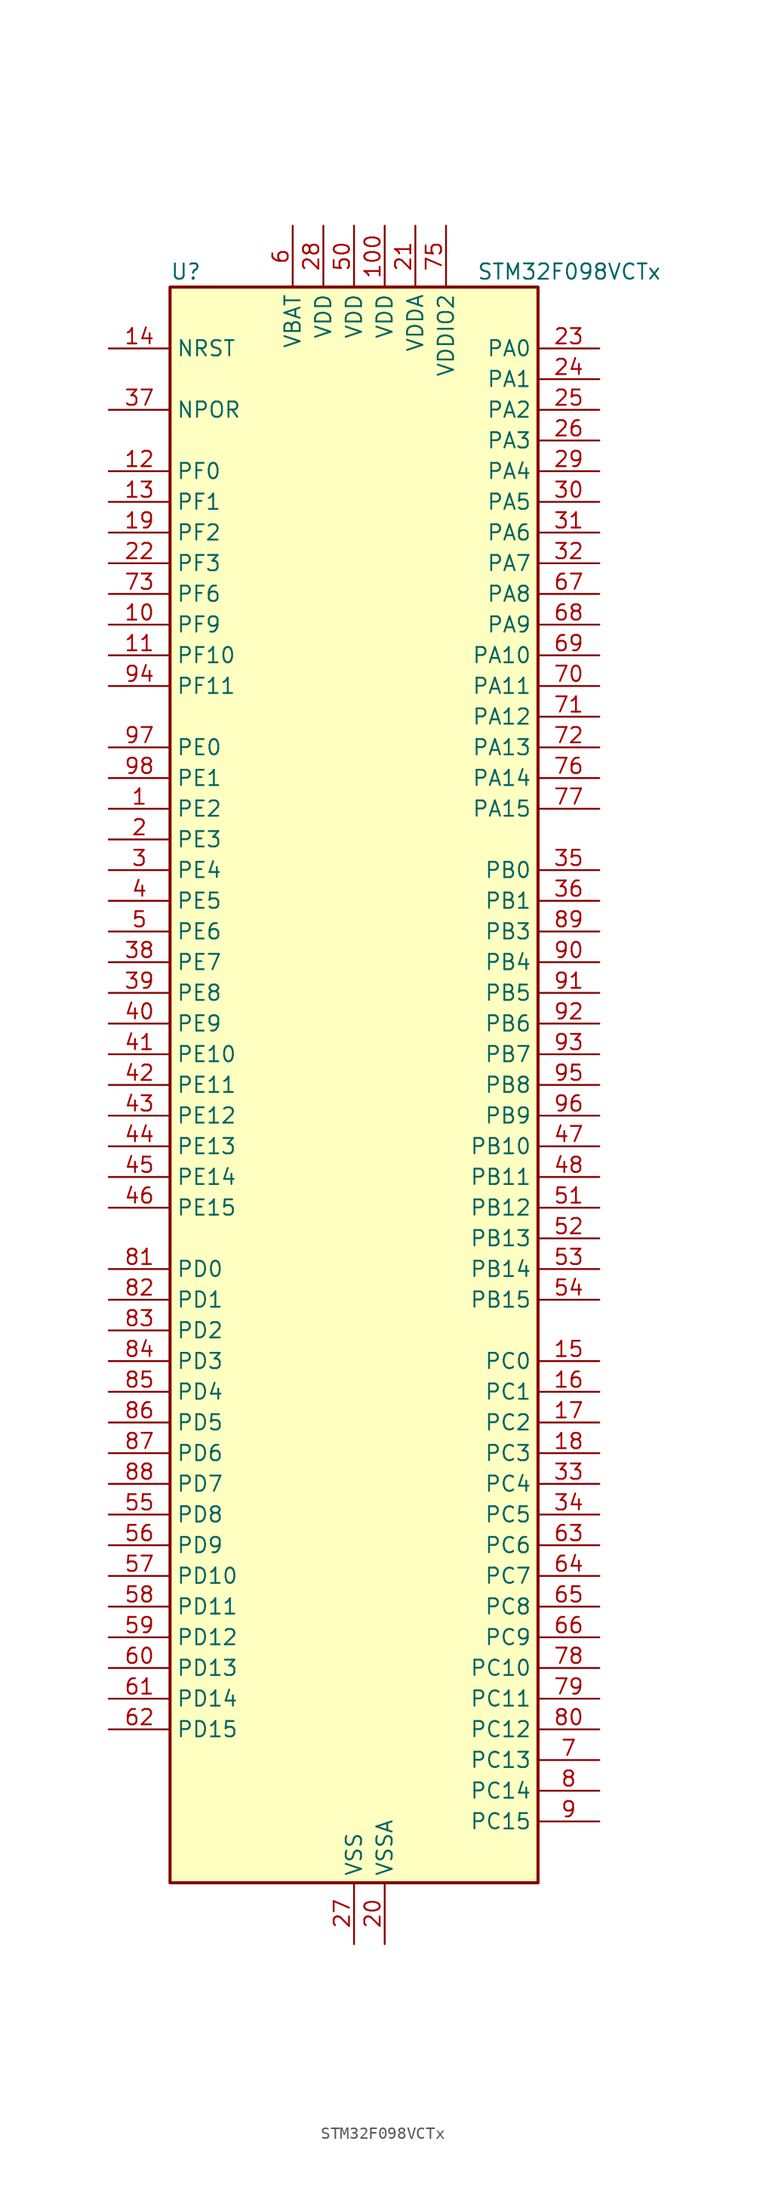
<source format=kicad_sym>
(kicad_symbol_lib
  (version 20241209)
  (generator "kicad_symbol_editor")
  (generator_version "9.0")
  (symbol "STM32F098VCTx"
    (property "Reference" "U"
      (at -15.24 67.31 0)
      (effects (font (size 1.27 1.27)) (justify left)))
    (property "Value" "STM32F098VCTx"
      (at 10.16 67.31 0)
      (effects (font (size 1.27 1.27)) (justify left)))
    (symbol "STM32F098VCTx_0_1"
      (rectangle (start -15.24 -66.04) (end 15.24 66.04) (stroke (width 0.254) (type default)) (fill (type background))))
    (symbol "STM32F098VCTx_1_1"
      (pin input line (at -20.32 60.96 0) (length 5.08) (name "NRST" (effects (font (size 1.27 1.27)))) (number "14" (effects (font (size 1.27 1.27)))))
      (pin input line (at -20.32 55.88 0) (length 5.08) (name "NPOR" (effects (font (size 1.27 1.27)))) (number "37" (effects (font (size 1.27 1.27)))))
      (pin bidirectional line (at -20.32 50.8 0) (length 5.08) (name "PF0" (effects (font (size 1.27 1.27)))) (number "12" (effects (font (size 1.27 1.27)))) (alternate "CRS_SYNC" bidirectional line) (alternate "I2C1_SDA" bidirectional line) (alternate "RCC_OSC_IN" bidirectional line))
      (pin bidirectional line (at -20.32 48.26 0) (length 5.08) (name "PF1" (effects (font (size 1.27 1.27)))) (number "13" (effects (font (size 1.27 1.27)))) (alternate "I2C1_SCL" bidirectional line) (alternate "RCC_OSC_OUT" bidirectional line))
      (pin bidirectional line (at -20.32 45.72 0) (length 5.08) (name "PF2" (effects (font (size 1.27 1.27)))) (number "19" (effects (font (size 1.27 1.27)))) (alternate "SYS_WKUP8" bidirectional line) (alternate "USART7_CK" bidirectional line) (alternate "USART7_DE" bidirectional line) (alternate "USART7_RTS" bidirectional line) (alternate "USART7_TX" bidirectional line))
      (pin bidirectional line (at -20.32 43.18 0) (length 5.08) (name "PF3" (effects (font (size 1.27 1.27)))) (number "22" (effects (font (size 1.27 1.27)))) (alternate "USART6_CK" bidirectional line) (alternate "USART6_DE" bidirectional line) (alternate "USART6_RTS" bidirectional line) (alternate "USART7_RX" bidirectional line))
      (pin bidirectional line (at -20.32 40.64 0) (length 5.08) (name "PF6" (effects (font (size 1.27 1.27)))) (number "73" (effects (font (size 1.27 1.27)))))
      (pin bidirectional line (at -20.32 38.1 0) (length 5.08) (name "PF9" (effects (font (size 1.27 1.27)))) (number "10" (effects (font (size 1.27 1.27)))) (alternate "DAC_EXTI9" bidirectional line) (alternate "TIM15_CH1" bidirectional line) (alternate "USART6_TX" bidirectional line))
      (pin bidirectional line (at -20.32 35.56 0) (length 5.08) (name "PF10" (effects (font (size 1.27 1.27)))) (number "11" (effects (font (size 1.27 1.27)))) (alternate "TIM15_CH2" bidirectional line) (alternate "USART6_RX" bidirectional line))
      (pin bidirectional line (at -20.32 33.02 0) (length 5.08) (name "PF11" (effects (font (size 1.27 1.27)))) (number "94" (effects (font (size 1.27 1.27)))))
      (pin bidirectional line (at -20.32 27.94 0) (length 5.08) (name "PE0" (effects (font (size 1.27 1.27)))) (number "97" (effects (font (size 1.27 1.27)))) (alternate "TIM16_CH1" bidirectional line))
      (pin bidirectional line (at -20.32 25.4 0) (length 5.08) (name "PE1" (effects (font (size 1.27 1.27)))) (number "98" (effects (font (size 1.27 1.27)))) (alternate "TIM17_CH1" bidirectional line))
      (pin bidirectional line (at -20.32 22.86 0) (length 5.08) (name "PE2" (effects (font (size 1.27 1.27)))) (number "1" (effects (font (size 1.27 1.27)))) (alternate "TIM3_ETR" bidirectional line) (alternate "TSC_G7_IO1" bidirectional line))
      (pin bidirectional line (at -20.32 20.32 0) (length 5.08) (name "PE3" (effects (font (size 1.27 1.27)))) (number "2" (effects (font (size 1.27 1.27)))) (alternate "TIM3_CH1" bidirectional line) (alternate "TSC_G7_IO2" bidirectional line))
      (pin bidirectional line (at -20.32 17.78 0) (length 5.08) (name "PE4" (effects (font (size 1.27 1.27)))) (number "3" (effects (font (size 1.27 1.27)))) (alternate "TIM3_CH2" bidirectional line) (alternate "TSC_G7_IO3" bidirectional line))
      (pin bidirectional line (at -20.32 15.24 0) (length 5.08) (name "PE5" (effects (font (size 1.27 1.27)))) (number "4" (effects (font (size 1.27 1.27)))) (alternate "TIM3_CH3" bidirectional line) (alternate "TSC_G7_IO4" bidirectional line))
      (pin bidirectional line (at -20.32 12.7 0) (length 5.08) (name "PE6" (effects (font (size 1.27 1.27)))) (number "5" (effects (font (size 1.27 1.27)))) (alternate "RTC_TAMP3" bidirectional line) (alternate "SYS_WKUP3" bidirectional line) (alternate "TIM3_CH4" bidirectional line))
      (pin bidirectional line (at -20.32 10.16 0) (length 5.08) (name "PE7" (effects (font (size 1.27 1.27)))) (number "38" (effects (font (size 1.27 1.27)))) (alternate "TIM1_ETR" bidirectional line) (alternate "USART5_CK" bidirectional line) (alternate "USART5_DE" bidirectional line) (alternate "USART5_RTS" bidirectional line))
      (pin bidirectional line (at -20.32 7.62 0) (length 5.08) (name "PE8" (effects (font (size 1.27 1.27)))) (number "39" (effects (font (size 1.27 1.27)))) (alternate "TIM1_CH1N" bidirectional line) (alternate "USART4_TX" bidirectional line))
      (pin bidirectional line (at -20.32 5.08 0) (length 5.08) (name "PE9" (effects (font (size 1.27 1.27)))) (number "40" (effects (font (size 1.27 1.27)))) (alternate "DAC_EXTI9" bidirectional line) (alternate "TIM1_CH1" bidirectional line) (alternate "USART4_RX" bidirectional line))
      (pin bidirectional line (at -20.32 2.54 0) (length 5.08) (name "PE10" (effects (font (size 1.27 1.27)))) (number "41" (effects (font (size 1.27 1.27)))) (alternate "TIM1_CH2N" bidirectional line) (alternate "USART5_TX" bidirectional line))
      (pin bidirectional line (at -20.32 0 0) (length 5.08) (name "PE11" (effects (font (size 1.27 1.27)))) (number "42" (effects (font (size 1.27 1.27)))) (alternate "TIM1_CH2" bidirectional line) (alternate "USART5_RX" bidirectional line))
      (pin bidirectional line (at -20.32 -2.54 0) (length 5.08) (name "PE12" (effects (font (size 1.27 1.27)))) (number "43" (effects (font (size 1.27 1.27)))) (alternate "I2S1_WS" bidirectional line) (alternate "SPI1_NSS" bidirectional line) (alternate "TIM1_CH3N" bidirectional line))
      (pin bidirectional line (at -20.32 -5.08 0) (length 5.08) (name "PE13" (effects (font (size 1.27 1.27)))) (number "44" (effects (font (size 1.27 1.27)))) (alternate "I2S1_CK" bidirectional line) (alternate "SPI1_SCK" bidirectional line) (alternate "TIM1_CH3" bidirectional line))
      (pin bidirectional line (at -20.32 -7.62 0) (length 5.08) (name "PE14" (effects (font (size 1.27 1.27)))) (number "45" (effects (font (size 1.27 1.27)))) (alternate "I2S1_MCK" bidirectional line) (alternate "SPI1_MISO" bidirectional line) (alternate "TIM1_CH4" bidirectional line))
      (pin bidirectional line (at -20.32 -10.16 0) (length 5.08) (name "PE15" (effects (font (size 1.27 1.27)))) (number "46" (effects (font (size 1.27 1.27)))) (alternate "I2S1_SD" bidirectional line) (alternate "SPI1_MOSI" bidirectional line) (alternate "TIM1_BKIN" bidirectional line))
      (pin bidirectional line (at -20.32 -15.24 0) (length 5.08) (name "PD0" (effects (font (size 1.27 1.27)))) (number "81" (effects (font (size 1.27 1.27)))) (alternate "CAN_RX" bidirectional line) (alternate "I2S2_WS" bidirectional line) (alternate "SPI2_NSS" bidirectional line))
      (pin bidirectional line (at -20.32 -17.78 0) (length 5.08) (name "PD1" (effects (font (size 1.27 1.27)))) (number "82" (effects (font (size 1.27 1.27)))) (alternate "CAN_TX" bidirectional line) (alternate "I2S2_CK" bidirectional line) (alternate "SPI2_SCK" bidirectional line))
      (pin bidirectional line (at -20.32 -20.32 0) (length 5.08) (name "PD2" (effects (font (size 1.27 1.27)))) (number "83" (effects (font (size 1.27 1.27)))) (alternate "TIM3_ETR" bidirectional line) (alternate "USART3_DE" bidirectional line) (alternate "USART3_RTS" bidirectional line) (alternate "USART5_RX" bidirectional line))
      (pin bidirectional line (at -20.32 -22.86 0) (length 5.08) (name "PD3" (effects (font (size 1.27 1.27)))) (number "84" (effects (font (size 1.27 1.27)))) (alternate "I2S2_MCK" bidirectional line) (alternate "SPI2_MISO" bidirectional line) (alternate "USART2_CTS" bidirectional line))
      (pin bidirectional line (at -20.32 -25.4 0) (length 5.08) (name "PD4" (effects (font (size 1.27 1.27)))) (number "85" (effects (font (size 1.27 1.27)))) (alternate "I2S2_SD" bidirectional line) (alternate "SPI2_MOSI" bidirectional line) (alternate "USART2_DE" bidirectional line) (alternate "USART2_RTS" bidirectional line))
      (pin bidirectional line (at -20.32 -27.94 0) (length 5.08) (name "PD5" (effects (font (size 1.27 1.27)))) (number "86" (effects (font (size 1.27 1.27)))) (alternate "USART2_TX" bidirectional line))
      (pin bidirectional line (at -20.32 -30.48 0) (length 5.08) (name "PD6" (effects (font (size 1.27 1.27)))) (number "87" (effects (font (size 1.27 1.27)))) (alternate "USART2_RX" bidirectional line))
      (pin bidirectional line (at -20.32 -33.02 0) (length 5.08) (name "PD7" (effects (font (size 1.27 1.27)))) (number "88" (effects (font (size 1.27 1.27)))) (alternate "USART2_CK" bidirectional line))
      (pin bidirectional line (at -20.32 -35.56 0) (length 5.08) (name "PD8" (effects (font (size 1.27 1.27)))) (number "55" (effects (font (size 1.27 1.27)))) (alternate "USART3_TX" bidirectional line))
      (pin bidirectional line (at -20.32 -38.1 0) (length 5.08) (name "PD9" (effects (font (size 1.27 1.27)))) (number "56" (effects (font (size 1.27 1.27)))) (alternate "DAC_EXTI9" bidirectional line) (alternate "USART3_RX" bidirectional line))
      (pin bidirectional line (at -20.32 -40.64 0) (length 5.08) (name "PD10" (effects (font (size 1.27 1.27)))) (number "57" (effects (font (size 1.27 1.27)))) (alternate "USART3_CK" bidirectional line))
      (pin bidirectional line (at -20.32 -43.18 0) (length 5.08) (name "PD11" (effects (font (size 1.27 1.27)))) (number "58" (effects (font (size 1.27 1.27)))) (alternate "USART3_CTS" bidirectional line))
      (pin bidirectional line (at -20.32 -45.72 0) (length 5.08) (name "PD12" (effects (font (size 1.27 1.27)))) (number "59" (effects (font (size 1.27 1.27)))) (alternate "TSC_G8_IO1" bidirectional line) (alternate "USART3_DE" bidirectional line) (alternate "USART3_RTS" bidirectional line) (alternate "USART8_CK" bidirectional line) (alternate "USART8_DE" bidirectional line) (alternate "USART8_RTS" bidirectional line))
      (pin bidirectional line (at -20.32 -48.26 0) (length 5.08) (name "PD13" (effects (font (size 1.27 1.27)))) (number "60" (effects (font (size 1.27 1.27)))) (alternate "TSC_G8_IO2" bidirectional line) (alternate "USART8_TX" bidirectional line))
      (pin bidirectional line (at -20.32 -50.8 0) (length 5.08) (name "PD14" (effects (font (size 1.27 1.27)))) (number "61" (effects (font (size 1.27 1.27)))) (alternate "TSC_G8_IO3" bidirectional line) (alternate "USART8_RX" bidirectional line))
      (pin bidirectional line (at -20.32 -53.34 0) (length 5.08) (name "PD15" (effects (font (size 1.27 1.27)))) (number "62" (effects (font (size 1.27 1.27)))) (alternate "CRS_SYNC" bidirectional line) (alternate "TSC_G8_IO4" bidirectional line) (alternate "USART7_CK" bidirectional line) (alternate "USART7_DE" bidirectional line) (alternate "USART7_RTS" bidirectional line))
      (pin power_in line (at -5.08 71.12 270) (length 5.08) (name "VBAT" (effects (font (size 1.27 1.27)))) (number "6" (effects (font (size 1.27 1.27)))))
      (pin power_in line (at -2.54 71.12 270) (length 5.08) (name "VDD" (effects (font (size 1.27 1.27)))) (number "28" (effects (font (size 1.27 1.27)))))
      (pin power_in line (at 0 71.12 270) (length 5.08) (name "VDD" (effects (font (size 1.27 1.27)))) (number "50" (effects (font (size 1.27 1.27)))))
      (pin power_in line (at 0 -71.12 90) (length 5.08) (name "VSS" (effects (font (size 1.27 1.27)))) (number "27" (effects (font (size 1.27 1.27)))))
      (pin passive line (at 0 -71.12 90) (length 5.08) (hide yes) (name "VSS" (effects (font (size 1.27 1.27)))) (number "49" (effects (font (size 1.27 1.27)))))
      (pin passive line (at 0 -71.12 90) (length 5.08) (hide yes) (name "VSS" (effects (font (size 1.27 1.27)))) (number "74" (effects (font (size 1.27 1.27)))))
      (pin passive line (at 0 -71.12 90) (length 5.08) (hide yes) (name "VSS" (effects (font (size 1.27 1.27)))) (number "99" (effects (font (size 1.27 1.27)))))
      (pin power_in line (at 2.54 71.12 270) (length 5.08) (name "VDD" (effects (font (size 1.27 1.27)))) (number "100" (effects (font (size 1.27 1.27)))))
      (pin power_in line (at 2.54 -71.12 90) (length 5.08) (name "VSSA" (effects (font (size 1.27 1.27)))) (number "20" (effects (font (size 1.27 1.27)))))
      (pin power_in line (at 5.08 71.12 270) (length 5.08) (name "VDDA" (effects (font (size 1.27 1.27)))) (number "21" (effects (font (size 1.27 1.27)))))
      (pin power_in line (at 7.62 71.12 270) (length 5.08) (name "VDDIO2" (effects (font (size 1.27 1.27)))) (number "75" (effects (font (size 1.27 1.27)))))
      (pin bidirectional line (at 20.32 60.96 180) (length 5.08) (name "PA0" (effects (font (size 1.27 1.27)))) (number "23" (effects (font (size 1.27 1.27)))) (alternate "ADC_IN0" bidirectional line) (alternate "COMP1_INM" bidirectional line) (alternate "COMP1_OUT" bidirectional line) (alternate "RTC_TAMP2" bidirectional line) (alternate "SYS_WKUP1" bidirectional line) (alternate "TIM2_CH1" bidirectional line) (alternate "TIM2_ETR" bidirectional line) (alternate "TSC_G1_IO1" bidirectional line) (alternate "USART2_CTS" bidirectional line) (alternate "USART4_TX" bidirectional line))
      (pin bidirectional line (at 20.32 58.42 180) (length 5.08) (name "PA1" (effects (font (size 1.27 1.27)))) (number "24" (effects (font (size 1.27 1.27)))) (alternate "ADC_IN1" bidirectional line) (alternate "COMP1_INP" bidirectional line) (alternate "TIM15_CH1N" bidirectional line) (alternate "TIM2_CH2" bidirectional line) (alternate "TSC_G1_IO2" bidirectional line) (alternate "USART2_DE" bidirectional line) (alternate "USART2_RTS" bidirectional line) (alternate "USART4_RX" bidirectional line))
      (pin bidirectional line (at 20.32 55.88 180) (length 5.08) (name "PA2" (effects (font (size 1.27 1.27)))) (number "25" (effects (font (size 1.27 1.27)))) (alternate "ADC_IN2" bidirectional line) (alternate "COMP2_INM" bidirectional line) (alternate "COMP2_OUT" bidirectional line) (alternate "SYS_WKUP4" bidirectional line) (alternate "TIM15_CH1" bidirectional line) (alternate "TIM2_CH3" bidirectional line) (alternate "TSC_G1_IO3" bidirectional line) (alternate "USART2_TX" bidirectional line))
      (pin bidirectional line (at 20.32 53.34 180) (length 5.08) (name "PA3" (effects (font (size 1.27 1.27)))) (number "26" (effects (font (size 1.27 1.27)))) (alternate "ADC_IN3" bidirectional line) (alternate "COMP2_INP" bidirectional line) (alternate "TIM15_CH2" bidirectional line) (alternate "TIM2_CH4" bidirectional line) (alternate "TSC_G1_IO4" bidirectional line) (alternate "USART2_RX" bidirectional line))
      (pin bidirectional line (at 20.32 50.8 180) (length 5.08) (name "PA4" (effects (font (size 1.27 1.27)))) (number "29" (effects (font (size 1.27 1.27)))) (alternate "ADC_IN4" bidirectional line) (alternate "COMP1_INM" bidirectional line) (alternate "COMP2_INM" bidirectional line) (alternate "DAC_OUT1" bidirectional line) (alternate "I2S1_WS" bidirectional line) (alternate "SPI1_NSS" bidirectional line) (alternate "TIM14_CH1" bidirectional line) (alternate "TSC_G2_IO1" bidirectional line) (alternate "USART2_CK" bidirectional line) (alternate "USART6_TX" bidirectional line))
      (pin bidirectional line (at 20.32 48.26 180) (length 5.08) (name "PA5" (effects (font (size 1.27 1.27)))) (number "30" (effects (font (size 1.27 1.27)))) (alternate "ADC_IN5" bidirectional line) (alternate "CEC" bidirectional line) (alternate "COMP1_INM" bidirectional line) (alternate "COMP2_INM" bidirectional line) (alternate "DAC_OUT2" bidirectional line) (alternate "I2S1_CK" bidirectional line) (alternate "SPI1_SCK" bidirectional line) (alternate "TIM2_CH1" bidirectional line) (alternate "TIM2_ETR" bidirectional line) (alternate "TSC_G2_IO2" bidirectional line) (alternate "USART6_RX" bidirectional line))
      (pin bidirectional line (at 20.32 45.72 180) (length 5.08) (name "PA6" (effects (font (size 1.27 1.27)))) (number "31" (effects (font (size 1.27 1.27)))) (alternate "ADC_IN6" bidirectional line) (alternate "COMP1_OUT" bidirectional line) (alternate "I2S1_MCK" bidirectional line) (alternate "SPI1_MISO" bidirectional line) (alternate "TIM16_CH1" bidirectional line) (alternate "TIM1_BKIN" bidirectional line) (alternate "TIM3_CH1" bidirectional line) (alternate "TSC_G2_IO3" bidirectional line) (alternate "USART3_CTS" bidirectional line))
      (pin bidirectional line (at 20.32 43.18 180) (length 5.08) (name "PA7" (effects (font (size 1.27 1.27)))) (number "32" (effects (font (size 1.27 1.27)))) (alternate "ADC_IN7" bidirectional line) (alternate "COMP2_OUT" bidirectional line) (alternate "I2S1_SD" bidirectional line) (alternate "SPI1_MOSI" bidirectional line) (alternate "TIM14_CH1" bidirectional line) (alternate "TIM17_CH1" bidirectional line) (alternate "TIM1_CH1N" bidirectional line) (alternate "TIM3_CH2" bidirectional line) (alternate "TSC_G2_IO4" bidirectional line))
      (pin bidirectional line (at 20.32 40.64 180) (length 5.08) (name "PA8" (effects (font (size 1.27 1.27)))) (number "67" (effects (font (size 1.27 1.27)))) (alternate "CRS_SYNC" bidirectional line) (alternate "RCC_MCO" bidirectional line) (alternate "TIM1_CH1" bidirectional line) (alternate "USART1_CK" bidirectional line))
      (pin bidirectional line (at 20.32 38.1 180) (length 5.08) (name "PA9" (effects (font (size 1.27 1.27)))) (number "68" (effects (font (size 1.27 1.27)))) (alternate "DAC_EXTI9" bidirectional line) (alternate "I2C1_SCL" bidirectional line) (alternate "RCC_MCO" bidirectional line) (alternate "TIM15_BKIN" bidirectional line) (alternate "TIM1_CH2" bidirectional line) (alternate "TSC_G4_IO1" bidirectional line) (alternate "USART1_TX" bidirectional line))
      (pin bidirectional line (at 20.32 35.56 180) (length 5.08) (name "PA10" (effects (font (size 1.27 1.27)))) (number "69" (effects (font (size 1.27 1.27)))) (alternate "I2C1_SDA" bidirectional line) (alternate "TIM17_BKIN" bidirectional line) (alternate "TIM1_CH3" bidirectional line) (alternate "TSC_G4_IO2" bidirectional line) (alternate "USART1_RX" bidirectional line))
      (pin bidirectional line (at 20.32 33.02 180) (length 5.08) (name "PA11" (effects (font (size 1.27 1.27)))) (number "70" (effects (font (size 1.27 1.27)))) (alternate "CAN_RX" bidirectional line) (alternate "COMP1_OUT" bidirectional line) (alternate "I2C2_SCL" bidirectional line) (alternate "TIM1_CH4" bidirectional line) (alternate "TSC_G4_IO3" bidirectional line) (alternate "USART1_CTS" bidirectional line))
      (pin bidirectional line (at 20.32 30.48 180) (length 5.08) (name "PA12" (effects (font (size 1.27 1.27)))) (number "71" (effects (font (size 1.27 1.27)))) (alternate "CAN_TX" bidirectional line) (alternate "COMP2_OUT" bidirectional line) (alternate "I2C2_SDA" bidirectional line) (alternate "TIM1_ETR" bidirectional line) (alternate "TSC_G4_IO4" bidirectional line) (alternate "USART1_DE" bidirectional line) (alternate "USART1_RTS" bidirectional line))
      (pin bidirectional line (at 20.32 27.94 180) (length 5.08) (name "PA13" (effects (font (size 1.27 1.27)))) (number "72" (effects (font (size 1.27 1.27)))) (alternate "IR_OUT" bidirectional line) (alternate "SYS_SWDIO" bidirectional line))
      (pin bidirectional line (at 20.32 25.4 180) (length 5.08) (name "PA14" (effects (font (size 1.27 1.27)))) (number "76" (effects (font (size 1.27 1.27)))) (alternate "SYS_SWCLK" bidirectional line) (alternate "USART2_TX" bidirectional line))
      (pin bidirectional line (at 20.32 22.86 180) (length 5.08) (name "PA15" (effects (font (size 1.27 1.27)))) (number "77" (effects (font (size 1.27 1.27)))) (alternate "I2S1_WS" bidirectional line) (alternate "SPI1_NSS" bidirectional line) (alternate "TIM2_CH1" bidirectional line) (alternate "TIM2_ETR" bidirectional line) (alternate "USART2_RX" bidirectional line) (alternate "USART4_DE" bidirectional line) (alternate "USART4_RTS" bidirectional line))
      (pin bidirectional line (at 20.32 17.78 180) (length 5.08) (name "PB0" (effects (font (size 1.27 1.27)))) (number "35" (effects (font (size 1.27 1.27)))) (alternate "ADC_IN8" bidirectional line) (alternate "TIM1_CH2N" bidirectional line) (alternate "TIM3_CH3" bidirectional line) (alternate "TSC_G3_IO2" bidirectional line) (alternate "USART3_CK" bidirectional line))
      (pin bidirectional line (at 20.32 15.24 180) (length 5.08) (name "PB1" (effects (font (size 1.27 1.27)))) (number "36" (effects (font (size 1.27 1.27)))) (alternate "ADC_IN9" bidirectional line) (alternate "TIM14_CH1" bidirectional line) (alternate "TIM1_CH3N" bidirectional line) (alternate "TIM3_CH4" bidirectional line) (alternate "TSC_G3_IO3" bidirectional line) (alternate "USART3_DE" bidirectional line) (alternate "USART3_RTS" bidirectional line))
      (pin bidirectional line (at 20.32 12.7 180) (length 5.08) (name "PB3" (effects (font (size 1.27 1.27)))) (number "89" (effects (font (size 1.27 1.27)))) (alternate "I2S1_CK" bidirectional line) (alternate "SPI1_SCK" bidirectional line) (alternate "TIM2_CH2" bidirectional line) (alternate "TSC_G5_IO1" bidirectional line) (alternate "USART5_TX" bidirectional line))
      (pin bidirectional line (at 20.32 10.16 180) (length 5.08) (name "PB4" (effects (font (size 1.27 1.27)))) (number "90" (effects (font (size 1.27 1.27)))) (alternate "I2S1_MCK" bidirectional line) (alternate "SPI1_MISO" bidirectional line) (alternate "TIM17_BKIN" bidirectional line) (alternate "TIM3_CH1" bidirectional line) (alternate "TSC_G5_IO2" bidirectional line) (alternate "USART5_RX" bidirectional line))
      (pin bidirectional line (at 20.32 7.62 180) (length 5.08) (name "PB5" (effects (font (size 1.27 1.27)))) (number "91" (effects (font (size 1.27 1.27)))) (alternate "I2C1_SMBA" bidirectional line) (alternate "I2S1_SD" bidirectional line) (alternate "SPI1_MOSI" bidirectional line) (alternate "SYS_WKUP6" bidirectional line) (alternate "TIM16_BKIN" bidirectional line) (alternate "TIM3_CH2" bidirectional line) (alternate "USART5_CK" bidirectional line) (alternate "USART5_DE" bidirectional line) (alternate "USART5_RTS" bidirectional line))
      (pin bidirectional line (at 20.32 5.08 180) (length 5.08) (name "PB6" (effects (font (size 1.27 1.27)))) (number "92" (effects (font (size 1.27 1.27)))) (alternate "I2C1_SCL" bidirectional line) (alternate "TIM16_CH1N" bidirectional line) (alternate "TSC_G5_IO3" bidirectional line) (alternate "USART1_TX" bidirectional line))
      (pin bidirectional line (at 20.32 2.54 180) (length 5.08) (name "PB7" (effects (font (size 1.27 1.27)))) (number "93" (effects (font (size 1.27 1.27)))) (alternate "I2C1_SDA" bidirectional line) (alternate "TIM17_CH1N" bidirectional line) (alternate "TSC_G5_IO4" bidirectional line) (alternate "USART1_RX" bidirectional line) (alternate "USART4_CTS" bidirectional line))
      (pin bidirectional line (at 20.32 0 180) (length 5.08) (name "PB8" (effects (font (size 1.27 1.27)))) (number "95" (effects (font (size 1.27 1.27)))) (alternate "CAN_RX" bidirectional line) (alternate "CEC" bidirectional line) (alternate "I2C1_SCL" bidirectional line) (alternate "TIM16_CH1" bidirectional line) (alternate "TSC_SYNC" bidirectional line))
      (pin bidirectional line (at 20.32 -2.54 180) (length 5.08) (name "PB9" (effects (font (size 1.27 1.27)))) (number "96" (effects (font (size 1.27 1.27)))) (alternate "CAN_TX" bidirectional line) (alternate "DAC_EXTI9" bidirectional line) (alternate "I2C1_SDA" bidirectional line) (alternate "I2S2_WS" bidirectional line) (alternate "IR_OUT" bidirectional line) (alternate "SPI2_NSS" bidirectional line) (alternate "TIM17_CH1" bidirectional line))
      (pin bidirectional line (at 20.32 -5.08 180) (length 5.08) (name "PB10" (effects (font (size 1.27 1.27)))) (number "47" (effects (font (size 1.27 1.27)))) (alternate "CEC" bidirectional line) (alternate "I2C2_SCL" bidirectional line) (alternate "I2S2_CK" bidirectional line) (alternate "SPI2_SCK" bidirectional line) (alternate "TIM2_CH3" bidirectional line) (alternate "TSC_SYNC" bidirectional line) (alternate "USART3_TX" bidirectional line))
      (pin bidirectional line (at 20.32 -7.62 180) (length 5.08) (name "PB11" (effects (font (size 1.27 1.27)))) (number "48" (effects (font (size 1.27 1.27)))) (alternate "I2C2_SDA" bidirectional line) (alternate "TIM2_CH4" bidirectional line) (alternate "TSC_G6_IO1" bidirectional line) (alternate "USART3_RX" bidirectional line))
      (pin bidirectional line (at 20.32 -10.16 180) (length 5.08) (name "PB12" (effects (font (size 1.27 1.27)))) (number "51" (effects (font (size 1.27 1.27)))) (alternate "I2S2_WS" bidirectional line) (alternate "SPI2_NSS" bidirectional line) (alternate "TIM15_BKIN" bidirectional line) (alternate "TIM1_BKIN" bidirectional line) (alternate "TSC_G6_IO2" bidirectional line) (alternate "USART3_CK" bidirectional line))
      (pin bidirectional line (at 20.32 -12.7 180) (length 5.08) (name "PB13" (effects (font (size 1.27 1.27)))) (number "52" (effects (font (size 1.27 1.27)))) (alternate "I2C2_SCL" bidirectional line) (alternate "I2S2_CK" bidirectional line) (alternate "SPI2_SCK" bidirectional line) (alternate "TIM1_CH1N" bidirectional line) (alternate "TSC_G6_IO3" bidirectional line) (alternate "USART3_CTS" bidirectional line))
      (pin bidirectional line (at 20.32 -15.24 180) (length 5.08) (name "PB14" (effects (font (size 1.27 1.27)))) (number "53" (effects (font (size 1.27 1.27)))) (alternate "I2C2_SDA" bidirectional line) (alternate "I2S2_MCK" bidirectional line) (alternate "SPI2_MISO" bidirectional line) (alternate "TIM15_CH1" bidirectional line) (alternate "TIM1_CH2N" bidirectional line) (alternate "TSC_G6_IO4" bidirectional line) (alternate "USART3_DE" bidirectional line) (alternate "USART3_RTS" bidirectional line))
      (pin bidirectional line (at 20.32 -17.78 180) (length 5.08) (name "PB15" (effects (font (size 1.27 1.27)))) (number "54" (effects (font (size 1.27 1.27)))) (alternate "I2S2_SD" bidirectional line) (alternate "RTC_REFIN" bidirectional line) (alternate "SPI2_MOSI" bidirectional line) (alternate "SYS_WKUP7" bidirectional line) (alternate "TIM15_CH1N" bidirectional line) (alternate "TIM15_CH2" bidirectional line) (alternate "TIM1_CH3N" bidirectional line))
      (pin bidirectional line (at 20.32 -22.86 180) (length 5.08) (name "PC0" (effects (font (size 1.27 1.27)))) (number "15" (effects (font (size 1.27 1.27)))) (alternate "ADC_IN10" bidirectional line) (alternate "USART6_TX" bidirectional line) (alternate "USART7_TX" bidirectional line))
      (pin bidirectional line (at 20.32 -25.4 180) (length 5.08) (name "PC1" (effects (font (size 1.27 1.27)))) (number "16" (effects (font (size 1.27 1.27)))) (alternate "ADC_IN11" bidirectional line) (alternate "USART6_RX" bidirectional line) (alternate "USART7_RX" bidirectional line))
      (pin bidirectional line (at 20.32 -27.94 180) (length 5.08) (name "PC2" (effects (font (size 1.27 1.27)))) (number "17" (effects (font (size 1.27 1.27)))) (alternate "ADC_IN12" bidirectional line) (alternate "I2S2_MCK" bidirectional line) (alternate "SPI2_MISO" bidirectional line) (alternate "USART8_TX" bidirectional line))
      (pin bidirectional line (at 20.32 -30.48 180) (length 5.08) (name "PC3" (effects (font (size 1.27 1.27)))) (number "18" (effects (font (size 1.27 1.27)))) (alternate "ADC_IN13" bidirectional line) (alternate "I2S2_SD" bidirectional line) (alternate "SPI2_MOSI" bidirectional line) (alternate "USART8_RX" bidirectional line))
      (pin bidirectional line (at 20.32 -33.02 180) (length 5.08) (name "PC4" (effects (font (size 1.27 1.27)))) (number "33" (effects (font (size 1.27 1.27)))) (alternate "ADC_IN14" bidirectional line) (alternate "USART3_TX" bidirectional line))
      (pin bidirectional line (at 20.32 -35.56 180) (length 5.08) (name "PC5" (effects (font (size 1.27 1.27)))) (number "34" (effects (font (size 1.27 1.27)))) (alternate "ADC_IN15" bidirectional line) (alternate "SYS_WKUP5" bidirectional line) (alternate "TSC_G3_IO1" bidirectional line) (alternate "USART3_RX" bidirectional line))
      (pin bidirectional line (at 20.32 -38.1 180) (length 5.08) (name "PC6" (effects (font (size 1.27 1.27)))) (number "63" (effects (font (size 1.27 1.27)))) (alternate "TIM3_CH1" bidirectional line) (alternate "USART7_TX" bidirectional line))
      (pin bidirectional line (at 20.32 -40.64 180) (length 5.08) (name "PC7" (effects (font (size 1.27 1.27)))) (number "64" (effects (font (size 1.27 1.27)))) (alternate "TIM3_CH2" bidirectional line) (alternate "USART7_RX" bidirectional line))
      (pin bidirectional line (at 20.32 -43.18 180) (length 5.08) (name "PC8" (effects (font (size 1.27 1.27)))) (number "65" (effects (font (size 1.27 1.27)))) (alternate "TIM3_CH3" bidirectional line) (alternate "USART8_TX" bidirectional line))
      (pin bidirectional line (at 20.32 -45.72 180) (length 5.08) (name "PC9" (effects (font (size 1.27 1.27)))) (number "66" (effects (font (size 1.27 1.27)))) (alternate "DAC_EXTI9" bidirectional line) (alternate "TIM3_CH4" bidirectional line) (alternate "USART8_RX" bidirectional line))
      (pin bidirectional line (at 20.32 -48.26 180) (length 5.08) (name "PC10" (effects (font (size 1.27 1.27)))) (number "78" (effects (font (size 1.27 1.27)))) (alternate "USART3_TX" bidirectional line) (alternate "USART4_TX" bidirectional line))
      (pin bidirectional line (at 20.32 -50.8 180) (length 5.08) (name "PC11" (effects (font (size 1.27 1.27)))) (number "79" (effects (font (size 1.27 1.27)))) (alternate "USART3_RX" bidirectional line) (alternate "USART4_RX" bidirectional line))
      (pin bidirectional line (at 20.32 -53.34 180) (length 5.08) (name "PC12" (effects (font (size 1.27 1.27)))) (number "80" (effects (font (size 1.27 1.27)))) (alternate "USART3_CK" bidirectional line) (alternate "USART4_CK" bidirectional line) (alternate "USART5_TX" bidirectional line))
      (pin bidirectional line (at 20.32 -55.88 180) (length 5.08) (name "PC13" (effects (font (size 1.27 1.27)))) (number "7" (effects (font (size 1.27 1.27)))) (alternate "RTC_OUT_ALARM" bidirectional line) (alternate "RTC_OUT_CALIB" bidirectional line) (alternate "RTC_TAMP1" bidirectional line) (alternate "RTC_TS" bidirectional line) (alternate "SYS_WKUP2" bidirectional line))
      (pin bidirectional line (at 20.32 -58.42 180) (length 5.08) (name "PC14" (effects (font (size 1.27 1.27)))) (number "8" (effects (font (size 1.27 1.27)))) (alternate "RCC_OSC32_IN" bidirectional line))
      (pin bidirectional line (at 20.32 -60.96 180) (length 5.08) (name "PC15" (effects (font (size 1.27 1.27)))) (number "9" (effects (font (size 1.27 1.27)))) (alternate "RCC_OSC32_OUT" bidirectional line)))))
</source>
